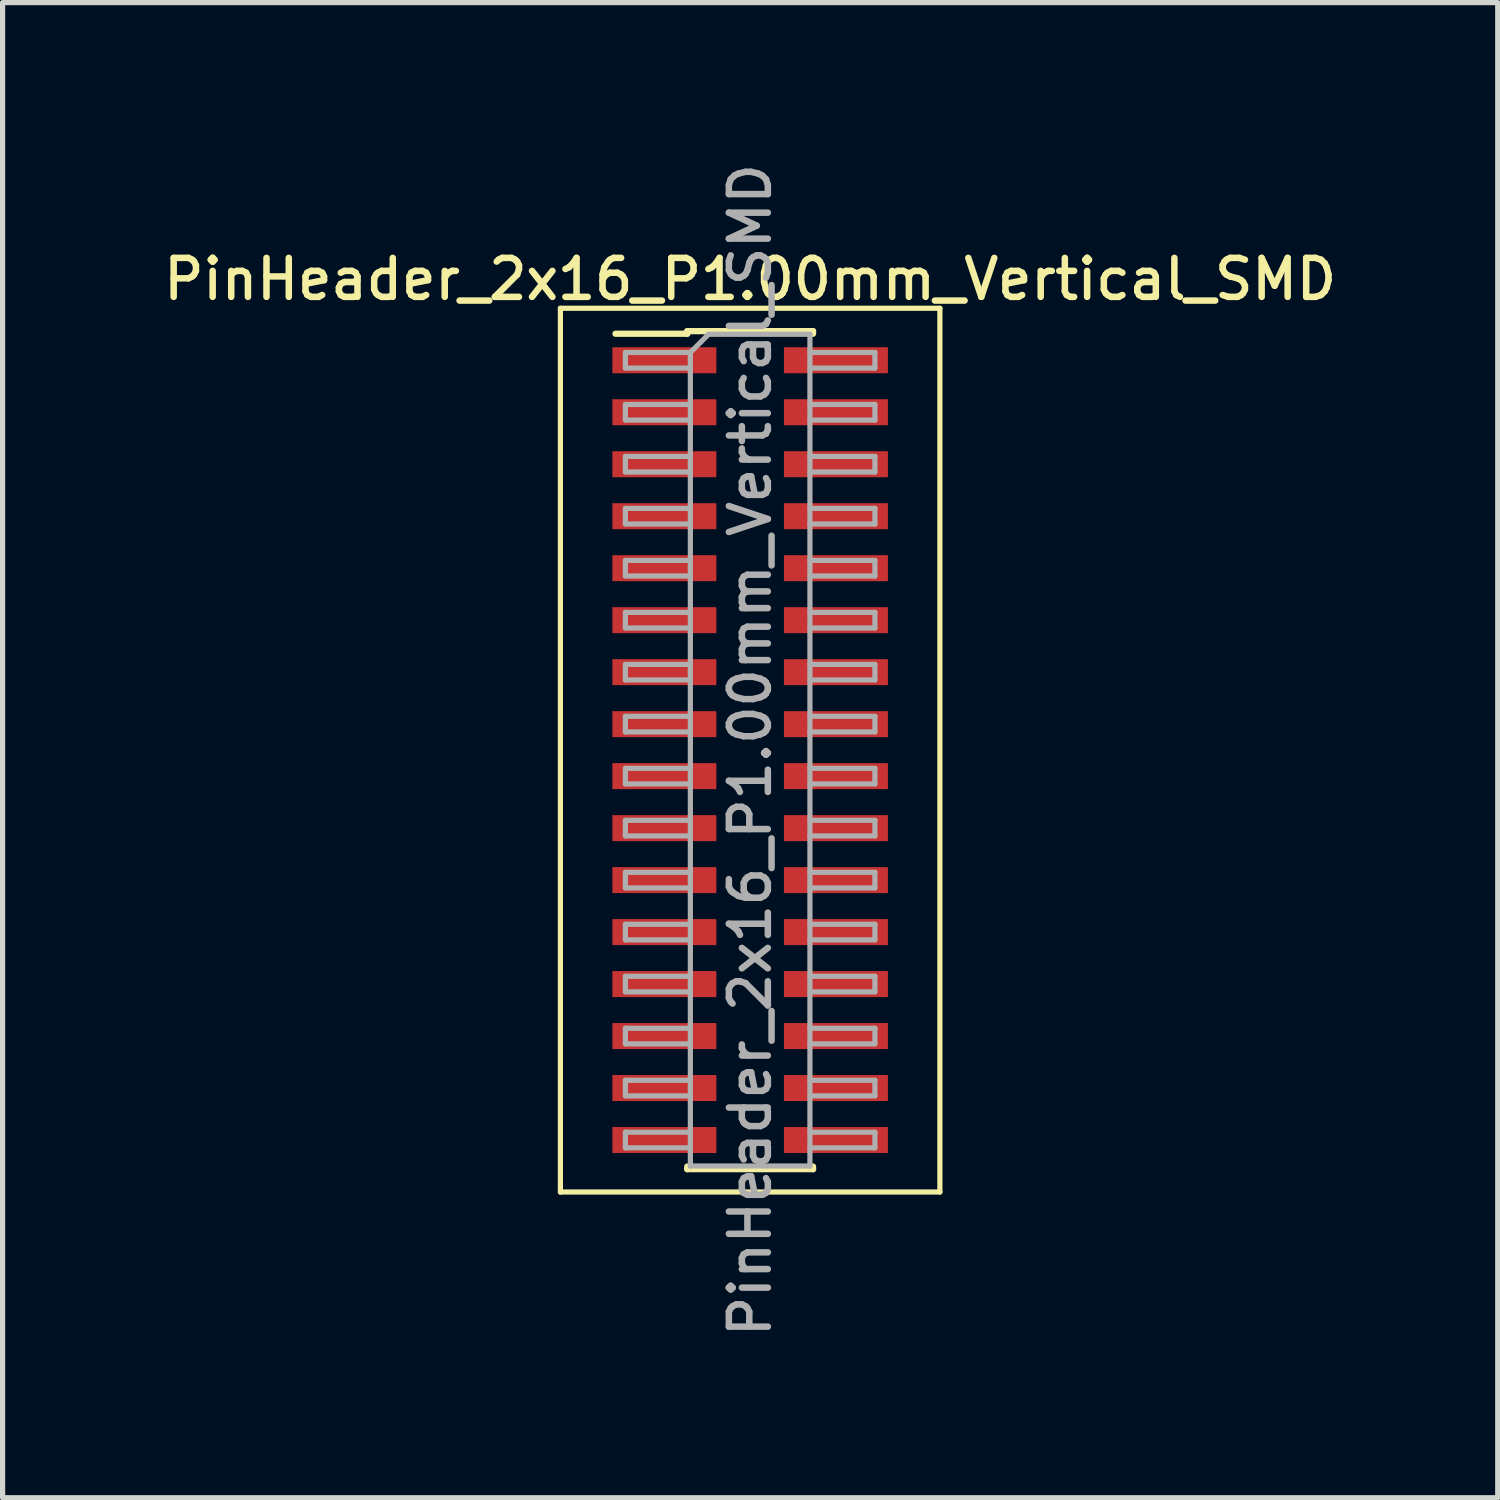
<source format=kicad_pcb>
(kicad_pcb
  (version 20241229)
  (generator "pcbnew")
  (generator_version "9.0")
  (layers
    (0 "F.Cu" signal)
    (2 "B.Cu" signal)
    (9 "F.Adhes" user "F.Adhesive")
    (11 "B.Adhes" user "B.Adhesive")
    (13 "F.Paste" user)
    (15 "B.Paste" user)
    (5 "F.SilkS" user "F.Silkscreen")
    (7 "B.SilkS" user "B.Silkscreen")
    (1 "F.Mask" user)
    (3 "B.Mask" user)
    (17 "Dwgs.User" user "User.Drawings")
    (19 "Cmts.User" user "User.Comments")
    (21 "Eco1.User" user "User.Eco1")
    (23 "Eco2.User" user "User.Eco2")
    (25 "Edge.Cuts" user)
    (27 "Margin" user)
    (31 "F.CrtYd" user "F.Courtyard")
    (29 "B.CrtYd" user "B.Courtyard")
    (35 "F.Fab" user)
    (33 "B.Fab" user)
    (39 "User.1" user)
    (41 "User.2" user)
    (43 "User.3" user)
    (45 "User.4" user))
  (footprint "PinHeader_2x16_P1.00mm_Vertical_SMD"
    (layer "F.Cu")
    (at 11.38 11.38)
    (property "Reference" "PinHeader_2x16_P1.00mm_Vertical_SMD" (at 0 -9.06 0) (layer "F.SilkS") (effects (font (size 0.75 0.75) (thickness 0.125))))
    (attr smd)
    (fp_line (start -3.65 -8.5) (end -3.65 8.5) (stroke (width 0.1) (type solid)) (layer "F.SilkS"))
    (fp_line (start -3.65 8.5) (end 3.65 8.5) (stroke (width 0.1) (type solid)) (layer "F.SilkS"))
    (fp_line (start -2.59 -8.01) (end -1.21 -8.01) (stroke (width 0.12) (type solid)) (layer "F.SilkS"))
    (fp_line (start -1.21 -8.06) (end -1.21 -8.01) (stroke (width 0.12) (type solid)) (layer "F.SilkS"))
    (fp_line (start -1.21 -8.06) (end 1.21 -8.06) (stroke (width 0.12) (type solid)) (layer "F.SilkS"))
    (fp_line (start -1.21 8.01) (end -1.21 8.06) (stroke (width 0.12) (type solid)) (layer "F.SilkS"))
    (fp_line (start -1.21 8.06) (end 1.21 8.06) (stroke (width 0.12) (type solid)) (layer "F.SilkS"))
    (fp_line (start 1.21 -8.06) (end 1.21 -8.01) (stroke (width 0.12) (type solid)) (layer "F.SilkS"))
    (fp_line (start 1.21 8.01) (end 1.21 8.06) (stroke (width 0.12) (type solid)) (layer "F.SilkS"))
    (fp_line (start 3.65 -8.5) (end -3.65 -8.5) (stroke (width 0.1) (type solid)) (layer "F.SilkS"))
    (fp_line (start 3.65 8.5) (end 3.65 -8.5) (stroke (width 0.1) (type solid)) (layer "F.SilkS"))
    (fp_line (start -2.4 -7.65) (end -2.4 -7.35) (stroke (width 0.1) (type solid)) (layer "F.Fab"))
    (fp_line (start -2.4 -7.35) (end -1.15 -7.35) (stroke (width 0.1) (type solid)) (layer "F.Fab"))
    (fp_line (start -2.4 -6.65) (end -2.4 -6.35) (stroke (width 0.1) (type solid)) (layer "F.Fab"))
    (fp_line (start -2.4 -6.35) (end -1.15 -6.35) (stroke (width 0.1) (type solid)) (layer "F.Fab"))
    (fp_line (start -2.4 -5.65) (end -2.4 -5.35) (stroke (width 0.1) (type solid)) (layer "F.Fab"))
    (fp_line (start -2.4 -5.35) (end -1.15 -5.35) (stroke (width 0.1) (type solid)) (layer "F.Fab"))
    (fp_line (start -2.4 -4.65) (end -2.4 -4.35) (stroke (width 0.1) (type solid)) (layer "F.Fab"))
    (fp_line (start -2.4 -4.35) (end -1.15 -4.35) (stroke (width 0.1) (type solid)) (layer "F.Fab"))
    (fp_line (start -2.4 -3.65) (end -2.4 -3.35) (stroke (width 0.1) (type solid)) (layer "F.Fab"))
    (fp_line (start -2.4 -3.35) (end -1.15 -3.35) (stroke (width 0.1) (type solid)) (layer "F.Fab"))
    (fp_line (start -2.4 -2.65) (end -2.4 -2.35) (stroke (width 0.1) (type solid)) (layer "F.Fab"))
    (fp_line (start -2.4 -2.35) (end -1.15 -2.35) (stroke (width 0.1) (type solid)) (layer "F.Fab"))
    (fp_line (start -2.4 -1.65) (end -2.4 -1.35) (stroke (width 0.1) (type solid)) (layer "F.Fab"))
    (fp_line (start -2.4 -1.35) (end -1.15 -1.35) (stroke (width 0.1) (type solid)) (layer "F.Fab"))
    (fp_line (start -2.4 -0.65) (end -2.4 -0.35) (stroke (width 0.1) (type solid)) (layer "F.Fab"))
    (fp_line (start -2.4 -0.35) (end -1.15 -0.35) (stroke (width 0.1) (type solid)) (layer "F.Fab"))
    (fp_line (start -2.4 0.35) (end -2.4 0.65) (stroke (width 0.1) (type solid)) (layer "F.Fab"))
    (fp_line (start -2.4 0.65) (end -1.15 0.65) (stroke (width 0.1) (type solid)) (layer "F.Fab"))
    (fp_line (start -2.4 1.35) (end -2.4 1.65) (stroke (width 0.1) (type solid)) (layer "F.Fab"))
    (fp_line (start -2.4 1.65) (end -1.15 1.65) (stroke (width 0.1) (type solid)) (layer "F.Fab"))
    (fp_line (start -2.4 2.35) (end -2.4 2.65) (stroke (width 0.1) (type solid)) (layer "F.Fab"))
    (fp_line (start -2.4 2.65) (end -1.15 2.65) (stroke (width 0.1) (type solid)) (layer "F.Fab"))
    (fp_line (start -2.4 3.35) (end -2.4 3.65) (stroke (width 0.1) (type solid)) (layer "F.Fab"))
    (fp_line (start -2.4 3.65) (end -1.15 3.65) (stroke (width 0.1) (type solid)) (layer "F.Fab"))
    (fp_line (start -2.4 4.35) (end -2.4 4.65) (stroke (width 0.1) (type solid)) (layer "F.Fab"))
    (fp_line (start -2.4 4.65) (end -1.15 4.65) (stroke (width 0.1) (type solid)) (layer "F.Fab"))
    (fp_line (start -2.4 5.35) (end -2.4 5.65) (stroke (width 0.1) (type solid)) (layer "F.Fab"))
    (fp_line (start -2.4 5.65) (end -1.15 5.65) (stroke (width 0.1) (type solid)) (layer "F.Fab"))
    (fp_line (start -2.4 6.35) (end -2.4 6.65) (stroke (width 0.1) (type solid)) (layer "F.Fab"))
    (fp_line (start -2.4 6.65) (end -1.15 6.65) (stroke (width 0.1) (type solid)) (layer "F.Fab"))
    (fp_line (start -2.4 7.35) (end -2.4 7.65) (stroke (width 0.1) (type solid)) (layer "F.Fab"))
    (fp_line (start -2.4 7.65) (end -1.15 7.65) (stroke (width 0.1) (type solid)) (layer "F.Fab"))
    (fp_line (start -1.15 -7.65) (end -2.4 -7.65) (stroke (width 0.1) (type solid)) (layer "F.Fab"))
    (fp_line (start -1.15 -7.65) (end -0.8 -8) (stroke (width 0.1) (type solid)) (layer "F.Fab"))
    (fp_line (start -1.15 -6.65) (end -2.4 -6.65) (stroke (width 0.1) (type solid)) (layer "F.Fab"))
    (fp_line (start -1.15 -5.65) (end -2.4 -5.65) (stroke (width 0.1) (type solid)) (layer "F.Fab"))
    (fp_line (start -1.15 -4.65) (end -2.4 -4.65) (stroke (width 0.1) (type solid)) (layer "F.Fab"))
    (fp_line (start -1.15 -3.65) (end -2.4 -3.65) (stroke (width 0.1) (type solid)) (layer "F.Fab"))
    (fp_line (start -1.15 -2.65) (end -2.4 -2.65) (stroke (width 0.1) (type solid)) (layer "F.Fab"))
    (fp_line (start -1.15 -1.65) (end -2.4 -1.65) (stroke (width 0.1) (type solid)) (layer "F.Fab"))
    (fp_line (start -1.15 -0.65) (end -2.4 -0.65) (stroke (width 0.1) (type solid)) (layer "F.Fab"))
    (fp_line (start -1.15 0.35) (end -2.4 0.35) (stroke (width 0.1) (type solid)) (layer "F.Fab"))
    (fp_line (start -1.15 1.35) (end -2.4 1.35) (stroke (width 0.1) (type solid)) (layer "F.Fab"))
    (fp_line (start -1.15 2.35) (end -2.4 2.35) (stroke (width 0.1) (type solid)) (layer "F.Fab"))
    (fp_line (start -1.15 3.35) (end -2.4 3.35) (stroke (width 0.1) (type solid)) (layer "F.Fab"))
    (fp_line (start -1.15 4.35) (end -2.4 4.35) (stroke (width 0.1) (type solid)) (layer "F.Fab"))
    (fp_line (start -1.15 5.35) (end -2.4 5.35) (stroke (width 0.1) (type solid)) (layer "F.Fab"))
    (fp_line (start -1.15 6.35) (end -2.4 6.35) (stroke (width 0.1) (type solid)) (layer "F.Fab"))
    (fp_line (start -1.15 7.35) (end -2.4 7.35) (stroke (width 0.1) (type solid)) (layer "F.Fab"))
    (fp_line (start -1.15 8) (end -1.15 -7.65) (stroke (width 0.1) (type solid)) (layer "F.Fab"))
    (fp_line (start -0.8 -8) (end 1.15 -8) (stroke (width 0.1) (type solid)) (layer "F.Fab"))
    (fp_line (start 1.15 -8) (end 1.15 8) (stroke (width 0.1) (type solid)) (layer "F.Fab"))
    (fp_line (start 1.15 -7.65) (end 2.4 -7.65) (stroke (width 0.1) (type solid)) (layer "F.Fab"))
    (fp_line (start 1.15 -6.65) (end 2.4 -6.65) (stroke (width 0.1) (type solid)) (layer "F.Fab"))
    (fp_line (start 1.15 -5.65) (end 2.4 -5.65) (stroke (width 0.1) (type solid)) (layer "F.Fab"))
    (fp_line (start 1.15 -4.65) (end 2.4 -4.65) (stroke (width 0.1) (type solid)) (layer "F.Fab"))
    (fp_line (start 1.15 -3.65) (end 2.4 -3.65) (stroke (width 0.1) (type solid)) (layer "F.Fab"))
    (fp_line (start 1.15 -2.65) (end 2.4 -2.65) (stroke (width 0.1) (type solid)) (layer "F.Fab"))
    (fp_line (start 1.15 -1.65) (end 2.4 -1.65) (stroke (width 0.1) (type solid)) (layer "F.Fab"))
    (fp_line (start 1.15 -0.65) (end 2.4 -0.65) (stroke (width 0.1) (type solid)) (layer "F.Fab"))
    (fp_line (start 1.15 0.35) (end 2.4 0.35) (stroke (width 0.1) (type solid)) (layer "F.Fab"))
    (fp_line (start 1.15 1.35) (end 2.4 1.35) (stroke (width 0.1) (type solid)) (layer "F.Fab"))
    (fp_line (start 1.15 2.35) (end 2.4 2.35) (stroke (width 0.1) (type solid)) (layer "F.Fab"))
    (fp_line (start 1.15 3.35) (end 2.4 3.35) (stroke (width 0.1) (type solid)) (layer "F.Fab"))
    (fp_line (start 1.15 4.35) (end 2.4 4.35) (stroke (width 0.1) (type solid)) (layer "F.Fab"))
    (fp_line (start 1.15 5.35) (end 2.4 5.35) (stroke (width 0.1) (type solid)) (layer "F.Fab"))
    (fp_line (start 1.15 6.35) (end 2.4 6.35) (stroke (width 0.1) (type solid)) (layer "F.Fab"))
    (fp_line (start 1.15 7.35) (end 2.4 7.35) (stroke (width 0.1) (type solid)) (layer "F.Fab"))
    (fp_line (start 1.15 8) (end -1.15 8) (stroke (width 0.1) (type solid)) (layer "F.Fab"))
    (fp_line (start 2.4 -7.65) (end 2.4 -7.35) (stroke (width 0.1) (type solid)) (layer "F.Fab"))
    (fp_line (start 2.4 -7.35) (end 1.15 -7.35) (stroke (width 0.1) (type solid)) (layer "F.Fab"))
    (fp_line (start 2.4 -6.65) (end 2.4 -6.35) (stroke (width 0.1) (type solid)) (layer "F.Fab"))
    (fp_line (start 2.4 -6.35) (end 1.15 -6.35) (stroke (width 0.1) (type solid)) (layer "F.Fab"))
    (fp_line (start 2.4 -5.65) (end 2.4 -5.35) (stroke (width 0.1) (type solid)) (layer "F.Fab"))
    (fp_line (start 2.4 -5.35) (end 1.15 -5.35) (stroke (width 0.1) (type solid)) (layer "F.Fab"))
    (fp_line (start 2.4 -4.65) (end 2.4 -4.35) (stroke (width 0.1) (type solid)) (layer "F.Fab"))
    (fp_line (start 2.4 -4.35) (end 1.15 -4.35) (stroke (width 0.1) (type solid)) (layer "F.Fab"))
    (fp_line (start 2.4 -3.65) (end 2.4 -3.35) (stroke (width 0.1) (type solid)) (layer "F.Fab"))
    (fp_line (start 2.4 -3.35) (end 1.15 -3.35) (stroke (width 0.1) (type solid)) (layer "F.Fab"))
    (fp_line (start 2.4 -2.65) (end 2.4 -2.35) (stroke (width 0.1) (type solid)) (layer "F.Fab"))
    (fp_line (start 2.4 -2.35) (end 1.15 -2.35) (stroke (width 0.1) (type solid)) (layer "F.Fab"))
    (fp_line (start 2.4 -1.65) (end 2.4 -1.35) (stroke (width 0.1) (type solid)) (layer "F.Fab"))
    (fp_line (start 2.4 -1.35) (end 1.15 -1.35) (stroke (width 0.1) (type solid)) (layer "F.Fab"))
    (fp_line (start 2.4 -0.65) (end 2.4 -0.35) (stroke (width 0.1) (type solid)) (layer "F.Fab"))
    (fp_line (start 2.4 -0.35) (end 1.15 -0.35) (stroke (width 0.1) (type solid)) (layer "F.Fab"))
    (fp_line (start 2.4 0.35) (end 2.4 0.65) (stroke (width 0.1) (type solid)) (layer "F.Fab"))
    (fp_line (start 2.4 0.65) (end 1.15 0.65) (stroke (width 0.1) (type solid)) (layer "F.Fab"))
    (fp_line (start 2.4 1.35) (end 2.4 1.65) (stroke (width 0.1) (type solid)) (layer "F.Fab"))
    (fp_line (start 2.4 1.65) (end 1.15 1.65) (stroke (width 0.1) (type solid)) (layer "F.Fab"))
    (fp_line (start 2.4 2.35) (end 2.4 2.65) (stroke (width 0.1) (type solid)) (layer "F.Fab"))
    (fp_line (start 2.4 2.65) (end 1.15 2.65) (stroke (width 0.1) (type solid)) (layer "F.Fab"))
    (fp_line (start 2.4 3.35) (end 2.4 3.65) (stroke (width 0.1) (type solid)) (layer "F.Fab"))
    (fp_line (start 2.4 3.65) (end 1.15 3.65) (stroke (width 0.1) (type solid)) (layer "F.Fab"))
    (fp_line (start 2.4 4.35) (end 2.4 4.65) (stroke (width 0.1) (type solid)) (layer "F.Fab"))
    (fp_line (start 2.4 4.65) (end 1.15 4.65) (stroke (width 0.1) (type solid)) (layer "F.Fab"))
    (fp_line (start 2.4 5.35) (end 2.4 5.65) (stroke (width 0.1) (type solid)) (layer "F.Fab"))
    (fp_line (start 2.4 5.65) (end 1.15 5.65) (stroke (width 0.1) (type solid)) (layer "F.Fab"))
    (fp_line (start 2.4 6.35) (end 2.4 6.65) (stroke (width 0.1) (type solid)) (layer "F.Fab"))
    (fp_line (start 2.4 6.65) (end 1.15 6.65) (stroke (width 0.1) (type solid)) (layer "F.Fab"))
    (fp_line (start 2.4 7.35) (end 2.4 7.65) (stroke (width 0.1) (type solid)) (layer "F.Fab"))
    (fp_line (start 2.4 7.65) (end 1.15 7.65) (stroke (width 0.1) (type solid)) (layer "F.Fab"))
    (fp_text user "${REFERENCE}" (at 0 0 90) (layer "F.Fab") (effects (font (size 0.75 0.75) (thickness 0.125))))
    (pad "1" smd rect (at -1.65 -7.5) (size 2 0.5) (layers "F.Cu" "F.Mask" "F.Paste"))
    (pad "2" smd rect (at 1.65 -7.5) (size 2 0.5) (layers "F.Cu" "F.Mask" "F.Paste"))
    (pad "3" smd rect (at -1.65 -6.5) (size 2 0.5) (layers "F.Cu" "F.Mask" "F.Paste"))
    (pad "4" smd rect (at 1.65 -6.5) (size 2 0.5) (layers "F.Cu" "F.Mask" "F.Paste"))
    (pad "5" smd rect (at -1.65 -5.5) (size 2 0.5) (layers "F.Cu" "F.Mask" "F.Paste"))
    (pad "6" smd rect (at 1.65 -5.5) (size 2 0.5) (layers "F.Cu" "F.Mask" "F.Paste"))
    (pad "7" smd rect (at -1.65 -4.5) (size 2 0.5) (layers "F.Cu" "F.Mask" "F.Paste"))
    (pad "8" smd rect (at 1.65 -4.5) (size 2 0.5) (layers "F.Cu" "F.Mask" "F.Paste"))
    (pad "9" smd rect (at -1.65 -3.5) (size 2 0.5) (layers "F.Cu" "F.Mask" "F.Paste"))
    (pad "10" smd rect (at 1.65 -3.5) (size 2 0.5) (layers "F.Cu" "F.Mask" "F.Paste"))
    (pad "11" smd rect (at -1.65 -2.5) (size 2 0.5) (layers "F.Cu" "F.Mask" "F.Paste"))
    (pad "12" smd rect (at 1.65 -2.5) (size 2 0.5) (layers "F.Cu" "F.Mask" "F.Paste"))
    (pad "13" smd rect (at -1.65 -1.5) (size 2 0.5) (layers "F.Cu" "F.Mask" "F.Paste"))
    (pad "14" smd rect (at 1.65 -1.5) (size 2 0.5) (layers "F.Cu" "F.Mask" "F.Paste"))
    (pad "15" smd rect (at -1.65 -0.5) (size 2 0.5) (layers "F.Cu" "F.Mask" "F.Paste"))
    (pad "16" smd rect (at 1.65 -0.5) (size 2 0.5) (layers "F.Cu" "F.Mask" "F.Paste"))
    (pad "17" smd rect (at -1.65 0.5) (size 2 0.5) (layers "F.Cu" "F.Mask" "F.Paste"))
    (pad "18" smd rect (at 1.65 0.5) (size 2 0.5) (layers "F.Cu" "F.Mask" "F.Paste"))
    (pad "19" smd rect (at -1.65 1.5) (size 2 0.5) (layers "F.Cu" "F.Mask" "F.Paste"))
    (pad "20" smd rect (at 1.65 1.5) (size 2 0.5) (layers "F.Cu" "F.Mask" "F.Paste"))
    (pad "21" smd rect (at -1.65 2.5) (size 2 0.5) (layers "F.Cu" "F.Mask" "F.Paste"))
    (pad "22" smd rect (at 1.65 2.5) (size 2 0.5) (layers "F.Cu" "F.Mask" "F.Paste"))
    (pad "23" smd rect (at -1.65 3.5) (size 2 0.5) (layers "F.Cu" "F.Mask" "F.Paste"))
    (pad "24" smd rect (at 1.65 3.5) (size 2 0.5) (layers "F.Cu" "F.Mask" "F.Paste"))
    (pad "25" smd rect (at -1.65 4.5) (size 2 0.5) (layers "F.Cu" "F.Mask" "F.Paste"))
    (pad "26" smd rect (at 1.65 4.5) (size 2 0.5) (layers "F.Cu" "F.Mask" "F.Paste"))
    (pad "27" smd rect (at -1.65 5.5) (size 2 0.5) (layers "F.Cu" "F.Mask" "F.Paste"))
    (pad "28" smd rect (at 1.65 5.5) (size 2 0.5) (layers "F.Cu" "F.Mask" "F.Paste"))
    (pad "29" smd rect (at -1.65 6.5) (size 2 0.5) (layers "F.Cu" "F.Mask" "F.Paste"))
    (pad "30" smd rect (at 1.65 6.5) (size 2 0.5) (layers "F.Cu" "F.Mask" "F.Paste"))
    (pad "31" smd rect (at -1.65 7.5) (size 2 0.5) (layers "F.Cu" "F.Mask" "F.Paste"))
    (pad "32" smd rect (at 1.65 7.5) (size 2 0.5) (layers "F.Cu" "F.Mask" "F.Paste")))
  (gr_rect
    (start -3 -3)
    (end 25.761 25.761)
    (stroke (width 0.1) (type default))
    (fill no)
    (layer "Edge.Cuts")))
</source>
